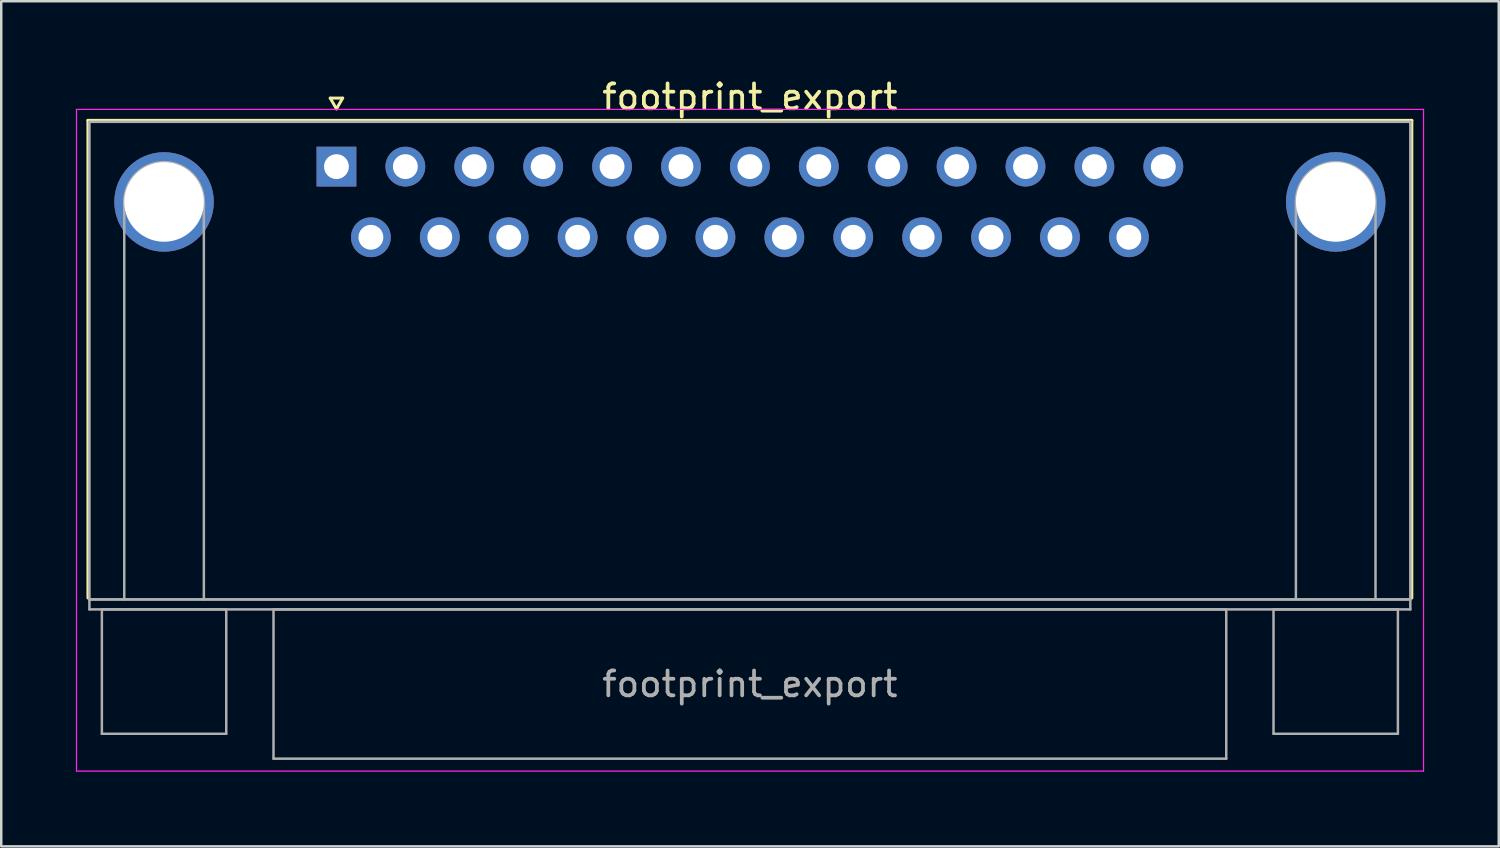
<source format=kicad_pcb>
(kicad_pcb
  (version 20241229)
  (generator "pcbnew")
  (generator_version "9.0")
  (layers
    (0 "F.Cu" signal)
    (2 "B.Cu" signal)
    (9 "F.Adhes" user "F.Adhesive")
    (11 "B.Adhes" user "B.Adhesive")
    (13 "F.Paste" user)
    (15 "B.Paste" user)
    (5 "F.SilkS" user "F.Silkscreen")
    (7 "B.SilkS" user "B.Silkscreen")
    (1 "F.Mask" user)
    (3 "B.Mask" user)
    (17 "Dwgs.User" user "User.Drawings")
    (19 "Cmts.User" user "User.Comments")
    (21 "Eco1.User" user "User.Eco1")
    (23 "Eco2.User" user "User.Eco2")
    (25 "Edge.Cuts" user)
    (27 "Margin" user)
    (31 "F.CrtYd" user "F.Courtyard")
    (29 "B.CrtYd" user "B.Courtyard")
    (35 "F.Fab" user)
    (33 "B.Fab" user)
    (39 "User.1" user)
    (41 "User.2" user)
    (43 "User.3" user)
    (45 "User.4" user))
  (footprint "footprint_export"
    (layer "F.Cu")
    (at 10.475 3.648)
    (property "Reference" "footprint_export" (at 16.62 -2.8 0) (layer "F.SilkS") (effects (font (size 1 1) (thickness 0.15))))
    (attr through_hole)
    (fp_line (start -9.99 -1.86) (end 43.23 -1.86) (stroke (width 0.12) (type solid)) (layer "F.SilkS"))
    (fp_line (start -9.99 17.34) (end -9.99 -1.86) (stroke (width 0.12) (type solid)) (layer "F.SilkS"))
    (fp_line (start -0.25 -2.754) (end 0.25 -2.754) (stroke (width 0.12) (type solid)) (layer "F.SilkS"))
    (fp_line (start 0 -2.321) (end -0.25 -2.754) (stroke (width 0.12) (type solid)) (layer "F.SilkS"))
    (fp_line (start 0.25 -2.754) (end 0 -2.321) (stroke (width 0.12) (type solid)) (layer "F.SilkS"))
    (fp_line (start 43.23 -1.86) (end 43.23 17.34) (stroke (width 0.12) (type solid)) (layer "F.SilkS"))
    (fp_line (start -10.45 -2.3) (end -10.45 24.3) (stroke (width 0.05) (type solid)) (layer "F.CrtYd"))
    (fp_line (start -10.45 24.3) (end 43.7 24.3) (stroke (width 0.05) (type solid)) (layer "F.CrtYd"))
    (fp_line (start 43.7 -2.3) (end -10.45 -2.3) (stroke (width 0.05) (type solid)) (layer "F.CrtYd"))
    (fp_line (start 43.7 24.3) (end 43.7 -2.3) (stroke (width 0.05) (type solid)) (layer "F.CrtYd"))
    (fp_line (start -9.93 -1.8) (end -9.93 17.4) (stroke (width 0.1) (type solid)) (layer "F.Fab"))
    (fp_line (start -9.93 17.4) (end -9.93 17.8) (stroke (width 0.1) (type solid)) (layer "F.Fab"))
    (fp_line (start -9.93 17.4) (end 43.17 17.4) (stroke (width 0.1) (type solid)) (layer "F.Fab"))
    (fp_line (start -9.93 17.8) (end 43.17 17.8) (stroke (width 0.1) (type solid)) (layer "F.Fab"))
    (fp_line (start -9.43 17.8) (end -9.43 22.8) (stroke (width 0.1) (type solid)) (layer "F.Fab"))
    (fp_line (start -9.43 22.8) (end -4.43 22.8) (stroke (width 0.1) (type solid)) (layer "F.Fab"))
    (fp_line (start -8.53 17.4) (end -8.53 1.42) (stroke (width 0.1) (type solid)) (layer "F.Fab"))
    (fp_line (start -5.33 17.4) (end -5.33 1.42) (stroke (width 0.1) (type solid)) (layer "F.Fab"))
    (fp_line (start -4.43 17.8) (end -9.43 17.8) (stroke (width 0.1) (type solid)) (layer "F.Fab"))
    (fp_line (start -4.43 22.8) (end -4.43 17.8) (stroke (width 0.1) (type solid)) (layer "F.Fab"))
    (fp_line (start -2.53 17.8) (end -2.53 23.8) (stroke (width 0.1) (type solid)) (layer "F.Fab"))
    (fp_line (start -2.53 23.8) (end 35.77 23.8) (stroke (width 0.1) (type solid)) (layer "F.Fab"))
    (fp_line (start 35.77 17.8) (end -2.53 17.8) (stroke (width 0.1) (type solid)) (layer "F.Fab"))
    (fp_line (start 35.77 23.8) (end 35.77 17.8) (stroke (width 0.1) (type solid)) (layer "F.Fab"))
    (fp_line (start 37.67 17.8) (end 37.67 22.8) (stroke (width 0.1) (type solid)) (layer "F.Fab"))
    (fp_line (start 37.67 22.8) (end 42.67 22.8) (stroke (width 0.1) (type solid)) (layer "F.Fab"))
    (fp_line (start 38.57 17.4) (end 38.57 1.42) (stroke (width 0.1) (type solid)) (layer "F.Fab"))
    (fp_line (start 41.77 17.4) (end 41.77 1.42) (stroke (width 0.1) (type solid)) (layer "F.Fab"))
    (fp_line (start 42.67 17.8) (end 37.67 17.8) (stroke (width 0.1) (type solid)) (layer "F.Fab"))
    (fp_line (start 42.67 22.8) (end 42.67 17.8) (stroke (width 0.1) (type solid)) (layer "F.Fab"))
    (fp_line (start 43.17 -1.8) (end -9.93 -1.8) (stroke (width 0.1) (type solid)) (layer "F.Fab"))
    (fp_line (start 43.17 17.4) (end -9.93 17.4) (stroke (width 0.1) (type solid)) (layer "F.Fab"))
    (fp_line (start 43.17 17.4) (end 43.17 -1.8) (stroke (width 0.1) (type solid)) (layer "F.Fab"))
    (fp_line (start 43.17 17.8) (end 43.17 17.4) (stroke (width 0.1) (type solid)) (layer "F.Fab"))
    (fp_arc (start -8.53 1.42) (mid -6.93 -0.18) (end -5.33 1.42) (stroke (width 0.1) (type solid)) (layer "F.Fab"))
    (fp_arc (start 38.57 1.42) (mid 40.17 -0.18) (end 41.77 1.42) (stroke (width 0.1) (type solid)) (layer "F.Fab"))
    (fp_text user "${REFERENCE}" (at 16.62 20.8 0) (layer "F.Fab") (effects (font (size 1 1) (thickness 0.15))))
    (pad "0" thru_hole circle (at -6.93 1.42) (size 4 4) (drill 3.2) (layers "*.Cu" "*.Mask"))
    (pad "0" thru_hole circle (at 40.17 1.42) (size 4 4) (drill 3.2) (layers "*.Cu" "*.Mask"))
    (pad "1" thru_hole rect (at 0 0) (size 1.6 1.6) (drill 1) (layers "*.Cu" "*.Mask"))
    (pad "2" thru_hole circle (at 2.77 0) (size 1.6 1.6) (drill 1) (layers "*.Cu" "*.Mask"))
    (pad "3" thru_hole circle (at 5.54 0) (size 1.6 1.6) (drill 1) (layers "*.Cu" "*.Mask"))
    (pad "4" thru_hole circle (at 8.31 0) (size 1.6 1.6) (drill 1) (layers "*.Cu" "*.Mask"))
    (pad "5" thru_hole circle (at 11.08 0) (size 1.6 1.6) (drill 1) (layers "*.Cu" "*.Mask"))
    (pad "6" thru_hole circle (at 13.85 0) (size 1.6 1.6) (drill 1) (layers "*.Cu" "*.Mask"))
    (pad "7" thru_hole circle (at 16.62 0) (size 1.6 1.6) (drill 1) (layers "*.Cu" "*.Mask"))
    (pad "8" thru_hole circle (at 19.39 0) (size 1.6 1.6) (drill 1) (layers "*.Cu" "*.Mask"))
    (pad "9" thru_hole circle (at 22.16 0) (size 1.6 1.6) (drill 1) (layers "*.Cu" "*.Mask"))
    (pad "10" thru_hole circle (at 24.93 0) (size 1.6 1.6) (drill 1) (layers "*.Cu" "*.Mask"))
    (pad "11" thru_hole circle (at 27.7 0) (size 1.6 1.6) (drill 1) (layers "*.Cu" "*.Mask"))
    (pad "12" thru_hole circle (at 30.47 0) (size 1.6 1.6) (drill 1) (layers "*.Cu" "*.Mask"))
    (pad "13" thru_hole circle (at 33.24 0) (size 1.6 1.6) (drill 1) (layers "*.Cu" "*.Mask"))
    (pad "14" thru_hole circle (at 1.385 2.84) (size 1.6 1.6) (drill 1) (layers "*.Cu" "*.Mask"))
    (pad "15" thru_hole circle (at 4.155 2.84) (size 1.6 1.6) (drill 1) (layers "*.Cu" "*.Mask"))
    (pad "16" thru_hole circle (at 6.925 2.84) (size 1.6 1.6) (drill 1) (layers "*.Cu" "*.Mask"))
    (pad "17" thru_hole circle (at 9.695 2.84) (size 1.6 1.6) (drill 1) (layers "*.Cu" "*.Mask"))
    (pad "18" thru_hole circle (at 12.465 2.84) (size 1.6 1.6) (drill 1) (layers "*.Cu" "*.Mask"))
    (pad "19" thru_hole circle (at 15.235 2.84) (size 1.6 1.6) (drill 1) (layers "*.Cu" "*.Mask"))
    (pad "20" thru_hole circle (at 18.005 2.84) (size 1.6 1.6) (drill 1) (layers "*.Cu" "*.Mask"))
    (pad "21" thru_hole circle (at 20.775 2.84) (size 1.6 1.6) (drill 1) (layers "*.Cu" "*.Mask"))
    (pad "22" thru_hole circle (at 23.545 2.84) (size 1.6 1.6) (drill 1) (layers "*.Cu" "*.Mask"))
    (pad "23" thru_hole circle (at 26.315 2.84) (size 1.6 1.6) (drill 1) (layers "*.Cu" "*.Mask"))
    (pad "24" thru_hole circle (at 29.085 2.84) (size 1.6 1.6) (drill 1) (layers "*.Cu" "*.Mask"))
    (pad "25" thru_hole circle (at 31.855 2.84) (size 1.6 1.6) (drill 1) (layers "*.Cu" "*.Mask")))
  (gr_rect
    (start -3 -3)
    (end 57.2 30.973)
    (stroke (width 0.1) (type default))
    (fill no)
    (layer "Edge.Cuts")))
</source>
